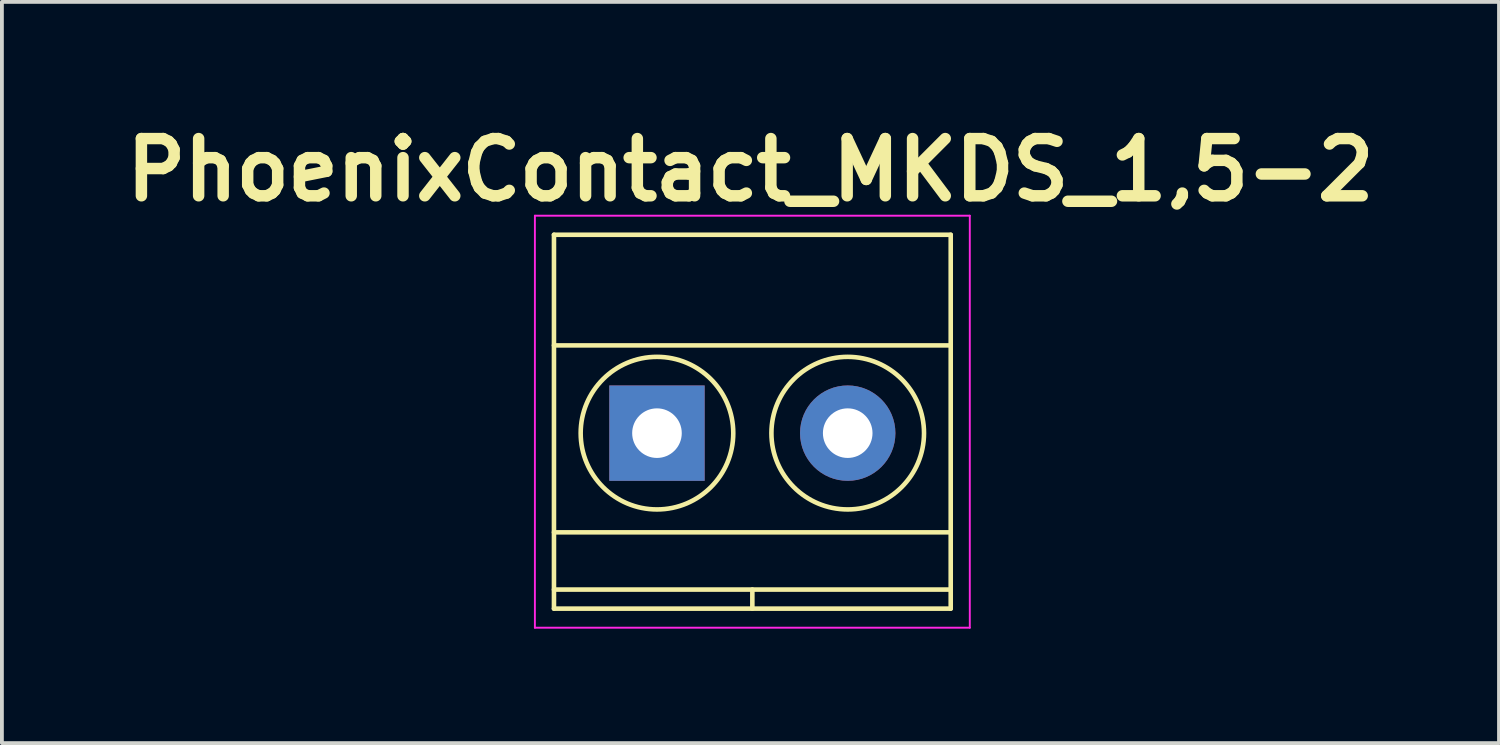
<source format=kicad_pcb>
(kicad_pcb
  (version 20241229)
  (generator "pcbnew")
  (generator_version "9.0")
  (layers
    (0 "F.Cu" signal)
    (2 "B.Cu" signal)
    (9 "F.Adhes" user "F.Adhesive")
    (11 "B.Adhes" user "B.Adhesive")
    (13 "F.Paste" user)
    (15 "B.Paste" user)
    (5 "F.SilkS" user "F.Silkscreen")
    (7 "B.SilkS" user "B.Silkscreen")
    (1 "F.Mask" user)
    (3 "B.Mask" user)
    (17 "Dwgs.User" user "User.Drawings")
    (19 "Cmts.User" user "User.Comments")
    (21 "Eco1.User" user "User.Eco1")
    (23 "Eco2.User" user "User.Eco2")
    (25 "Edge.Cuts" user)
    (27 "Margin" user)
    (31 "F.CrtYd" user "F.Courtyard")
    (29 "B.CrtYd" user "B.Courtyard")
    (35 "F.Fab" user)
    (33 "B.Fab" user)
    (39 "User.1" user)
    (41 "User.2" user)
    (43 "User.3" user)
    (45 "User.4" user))
  (footprint "PhoenixContact_MKDS_1,5-2"
    (layer "F.Cu")
    (at 14.171 8.304)
    (property "Reference" "PhoenixContact_MKDS_1,5-2" (at 2.45 -6.9 0) (layer "F.SilkS") (effects (font (size 1.5 1.5) (thickness 0.3))))
    (attr through_hole)
    (fp_line (start -2.7 -5.2) (end -2.7 4.6) (stroke (width 0.12) (type solid)) (layer "F.SilkS"))
    (fp_line (start -2.7 -2.3) (end 7.7 -2.3) (stroke (width 0.12) (type solid)) (layer "F.SilkS"))
    (fp_line (start -2.7 2.6) (end 7.7 2.6) (stroke (width 0.12) (type solid)) (layer "F.SilkS"))
    (fp_line (start -2.7 4.1) (end 7.7 4.1) (stroke (width 0.12) (type solid)) (layer "F.SilkS"))
    (fp_line (start -2.7 4.6) (end 7.7 4.6) (stroke (width 0.12) (type solid)) (layer "F.SilkS"))
    (fp_line (start 2.5 4.1) (end 2.5 4.6) (stroke (width 0.12) (type solid)) (layer "F.SilkS"))
    (fp_line (start 7.7 -5.2) (end -2.7 -5.2) (stroke (width 0.12) (type solid)) (layer "F.SilkS"))
    (fp_line (start 7.7 4.6) (end 7.7 -5.2) (stroke (width 0.12) (type solid)) (layer "F.SilkS"))
    (fp_circle (center 0 0) (end 2 0) (stroke (width 0.12) (type solid)) (fill no) (layer "F.SilkS"))
    (fp_circle (center 5 0) (end 3 0) (stroke (width 0.12) (type solid)) (fill no) (layer "F.SilkS"))
    (fp_line (start -3.2 -5.7) (end 8.2 -5.7) (stroke (width 0.05) (type solid)) (layer "F.CrtYd"))
    (fp_line (start -3.2 5.1) (end -3.2 -5.7) (stroke (width 0.05) (type solid)) (layer "F.CrtYd"))
    (fp_line (start 8.2 -5.7) (end 8.2 5.1) (stroke (width 0.05) (type solid)) (layer "F.CrtYd"))
    (fp_line (start 8.2 5.1) (end -3.2 5.1) (stroke (width 0.05) (type solid)) (layer "F.CrtYd"))
    (pad "1" thru_hole rect (at 0 0) (size 2.5 2.5) (drill 1.3) (layers "*.Cu" "*.Mask"))
    (pad "2" thru_hole circle (at 5 0) (size 2.5 2.5) (drill 1.3) (layers "*.Cu" "*.Mask")))
  (gr_rect
    (start -3 -3)
    (end 36.243 16.429)
    (stroke (width 0.1) (type default))
    (fill no)
    (layer "Edge.Cuts")))
</source>
